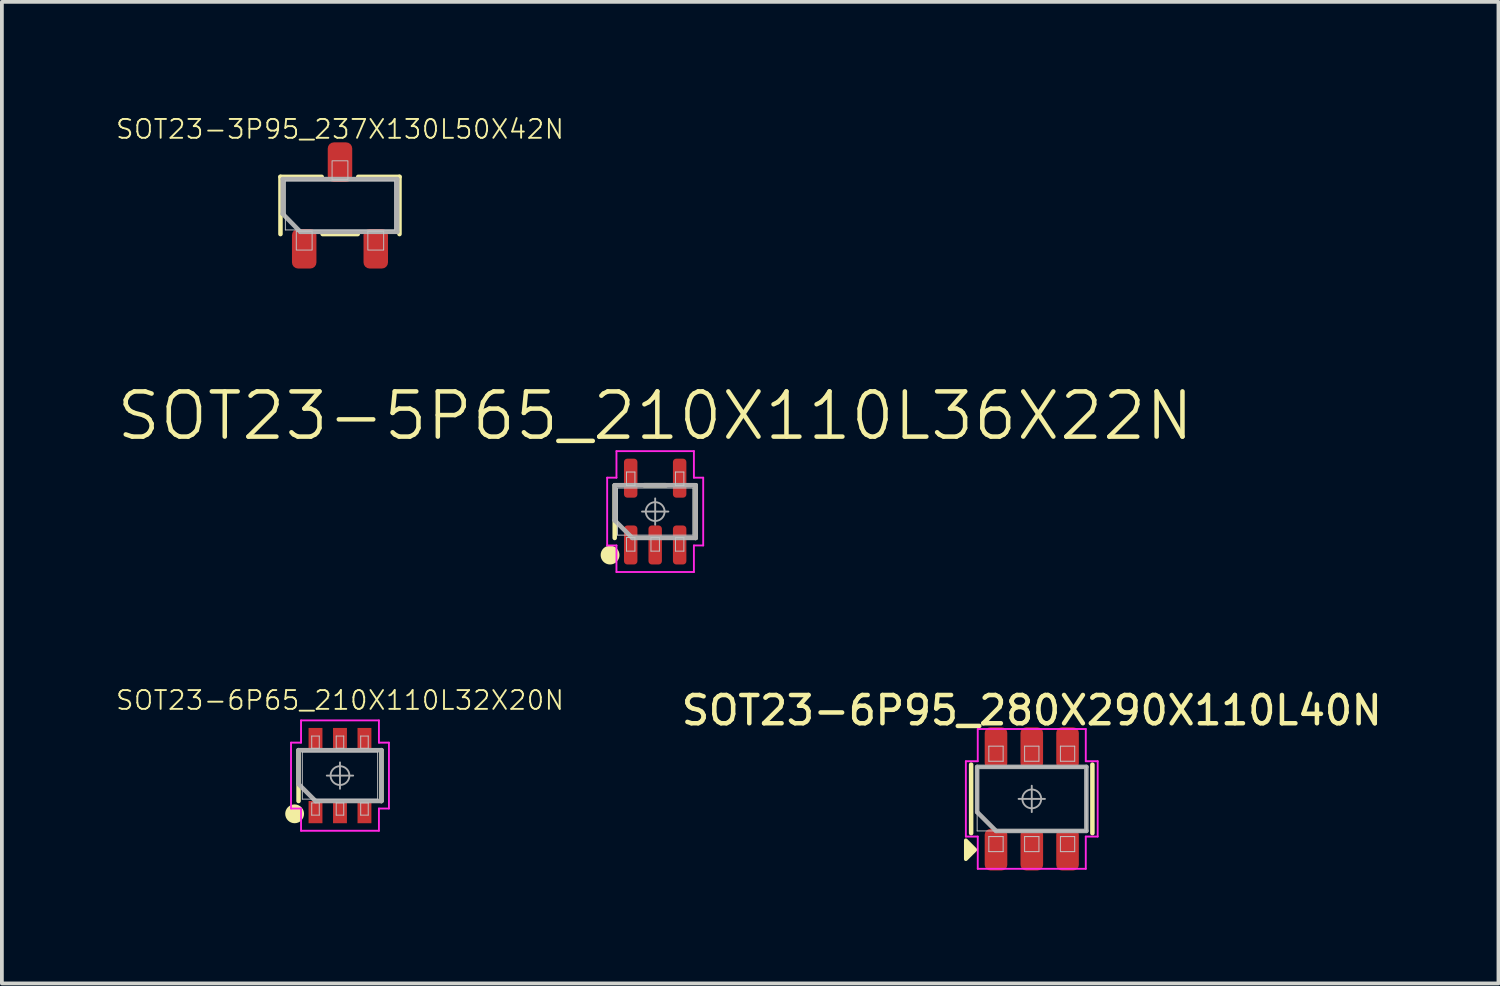
<source format=kicad_pcb>
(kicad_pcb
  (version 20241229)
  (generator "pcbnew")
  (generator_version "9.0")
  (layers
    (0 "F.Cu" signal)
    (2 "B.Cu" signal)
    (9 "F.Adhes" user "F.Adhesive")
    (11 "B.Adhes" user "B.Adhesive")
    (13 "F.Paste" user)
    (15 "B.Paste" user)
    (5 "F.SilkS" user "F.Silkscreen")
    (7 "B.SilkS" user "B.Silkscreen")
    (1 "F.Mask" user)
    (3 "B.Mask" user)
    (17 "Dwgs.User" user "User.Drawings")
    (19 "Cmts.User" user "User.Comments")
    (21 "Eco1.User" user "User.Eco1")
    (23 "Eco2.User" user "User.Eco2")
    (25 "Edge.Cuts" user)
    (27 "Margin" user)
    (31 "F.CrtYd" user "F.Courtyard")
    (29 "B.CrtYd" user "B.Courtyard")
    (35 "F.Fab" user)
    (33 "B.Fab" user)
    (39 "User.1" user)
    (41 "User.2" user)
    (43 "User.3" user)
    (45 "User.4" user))
  (footprint "SOT23-6P65_210X110L32X20N"
    (layer "F.Cu")
    (at 5.977 17.543)
    (property "Reference" "SOT23-6P65_210X110L32X20N" (at 0 -2 0) (layer "F.SilkS") (effects (font (size 0.5 0.5) (thickness 0.05))))
    (attr smd)
    (fp_line (start -1.1 0.675) (end -1.1 -0.675) (stroke (width 0.12) (type solid)) (layer "F.SilkS"))
    (fp_line (start 1.1 -0.675) (end 1.1 0.675) (stroke (width 0.12) (type solid)) (layer "F.SilkS"))
    (fp_circle (center -1.204 1.015) (end -1.204 1.14) (stroke (width 0.25) (type solid)) (fill no) (layer "F.SilkS"))
    (fp_line (start -1 -0.625) (end 1 -0.625) (stroke (width 0.025) (type solid)) (layer "Dwgs.User"))
    (fp_line (start -1 0.625) (end -1 -0.625) (stroke (width 0.025) (type solid)) (layer "Dwgs.User"))
    (fp_line (start -0.75 -1.05) (end -0.55 -1.05) (stroke (width 0.025) (type solid)) (layer "Dwgs.User"))
    (fp_line (start -0.75 -0.726) (end -0.75 -1.05) (stroke (width 0.025) (type solid)) (layer "Dwgs.User"))
    (fp_line (start -0.75 0.726) (end -0.55 0.726) (stroke (width 0.025) (type solid)) (layer "Dwgs.User"))
    (fp_line (start -0.75 1.05) (end -0.75 0.726) (stroke (width 0.025) (type solid)) (layer "Dwgs.User"))
    (fp_line (start -0.55 -1.05) (end -0.55 -0.726) (stroke (width 0.025) (type solid)) (layer "Dwgs.User"))
    (fp_line (start -0.55 -0.726) (end -0.75 -0.726) (stroke (width 0.025) (type solid)) (layer "Dwgs.User"))
    (fp_line (start -0.55 0.726) (end -0.55 1.05) (stroke (width 0.025) (type solid)) (layer "Dwgs.User"))
    (fp_line (start -0.55 1.05) (end -0.75 1.05) (stroke (width 0.025) (type solid)) (layer "Dwgs.User"))
    (fp_line (start -0.1 -1.05) (end 0.1 -1.05) (stroke (width 0.025) (type solid)) (layer "Dwgs.User"))
    (fp_line (start -0.1 -0.726) (end -0.1 -1.05) (stroke (width 0.025) (type solid)) (layer "Dwgs.User"))
    (fp_line (start -0.1 0.726) (end 0.1 0.726) (stroke (width 0.025) (type solid)) (layer "Dwgs.User"))
    (fp_line (start -0.1 1.05) (end -0.1 0.726) (stroke (width 0.025) (type solid)) (layer "Dwgs.User"))
    (fp_line (start 0.1 -1.05) (end 0.1 -0.726) (stroke (width 0.025) (type solid)) (layer "Dwgs.User"))
    (fp_line (start 0.1 -0.726) (end -0.1 -0.726) (stroke (width 0.025) (type solid)) (layer "Dwgs.User"))
    (fp_line (start 0.1 0.726) (end 0.1 1.05) (stroke (width 0.025) (type solid)) (layer "Dwgs.User"))
    (fp_line (start 0.1 1.05) (end -0.1 1.05) (stroke (width 0.025) (type solid)) (layer "Dwgs.User"))
    (fp_line (start 0.55 -1.05) (end 0.75 -1.05) (stroke (width 0.025) (type solid)) (layer "Dwgs.User"))
    (fp_line (start 0.55 -0.726) (end 0.55 -1.05) (stroke (width 0.025) (type solid)) (layer "Dwgs.User"))
    (fp_line (start 0.55 0.726) (end 0.75 0.726) (stroke (width 0.025) (type solid)) (layer "Dwgs.User"))
    (fp_line (start 0.55 1.05) (end 0.55 0.726) (stroke (width 0.025) (type solid)) (layer "Dwgs.User"))
    (fp_line (start 0.75 -1.05) (end 0.75 -0.726) (stroke (width 0.025) (type solid)) (layer "Dwgs.User"))
    (fp_line (start 0.75 -0.726) (end 0.55 -0.726) (stroke (width 0.025) (type solid)) (layer "Dwgs.User"))
    (fp_line (start 0.75 0.726) (end 0.75 1.05) (stroke (width 0.025) (type solid)) (layer "Dwgs.User"))
    (fp_line (start 0.75 1.05) (end 0.55 1.05) (stroke (width 0.025) (type solid)) (layer "Dwgs.User"))
    (fp_line (start 1 -0.625) (end 1 0.625) (stroke (width 0.025) (type solid)) (layer "Dwgs.User"))
    (fp_line (start 1 0.625) (end -1 0.625) (stroke (width 0.025) (type solid)) (layer "Dwgs.User"))
    (fp_line (start -1.3 -0.875) (end -1.3 0.875) (stroke (width 0.05) (type solid)) (layer "F.CrtYd"))
    (fp_line (start -1.3 0.875) (end -1.034 0.875) (stroke (width 0.05) (type solid)) (layer "F.CrtYd"))
    (fp_line (start -1.034 -1.465) (end -1.034 -0.875) (stroke (width 0.05) (type solid)) (layer "F.CrtYd"))
    (fp_line (start -1.034 -0.875) (end -1.3 -0.875) (stroke (width 0.05) (type solid)) (layer "F.CrtYd"))
    (fp_line (start -1.034 0.875) (end -1.034 1.465) (stroke (width 0.05) (type solid)) (layer "F.CrtYd"))
    (fp_line (start -1.034 1.465) (end 1.034 1.465) (stroke (width 0.05) (type solid)) (layer "F.CrtYd"))
    (fp_line (start 1.034 -1.465) (end -1.034 -1.465) (stroke (width 0.05) (type solid)) (layer "F.CrtYd"))
    (fp_line (start 1.034 -0.875) (end 1.034 -1.465) (stroke (width 0.05) (type solid)) (layer "F.CrtYd"))
    (fp_line (start 1.034 0.875) (end 1.3 0.875) (stroke (width 0.05) (type solid)) (layer "F.CrtYd"))
    (fp_line (start 1.034 1.465) (end 1.034 0.875) (stroke (width 0.05) (type solid)) (layer "F.CrtYd"))
    (fp_line (start 1.3 -0.875) (end 1.034 -0.875) (stroke (width 0.05) (type solid)) (layer "F.CrtYd"))
    (fp_line (start 1.3 0.875) (end 1.3 -0.875) (stroke (width 0.05) (type solid)) (layer "F.CrtYd"))
    (fp_line (start -1.1 -0.675) (end 1.1 -0.675) (stroke (width 0.12) (type solid)) (layer "F.Fab"))
    (fp_line (start -1.1 0.225) (end -1.1 -0.675) (stroke (width 0.12) (type solid)) (layer "F.Fab"))
    (fp_line (start -0.65 0.675) (end -1.1 0.225) (stroke (width 0.12) (type solid)) (layer "F.Fab"))
    (fp_line (start -0.35 0) (end 0.35 0) (stroke (width 0.05) (type solid)) (layer "F.Fab"))
    (fp_line (start 0 -0.35) (end 0 0.35) (stroke (width 0.05) (type solid)) (layer "F.Fab"))
    (fp_line (start 1.1 -0.675) (end 1.1 0.675) (stroke (width 0.12) (type solid)) (layer "F.Fab"))
    (fp_line (start 1.1 0.675) (end -0.65 0.675) (stroke (width 0.12) (type solid)) (layer "F.Fab"))
    (fp_circle (center 0 0) (end 0.25 0) (stroke (width 0.05) (type solid)) (fill no) (layer "F.Fab"))
    (pad "1" smd rect (at -0.65 0.97 90) (size 0.59 0.369) (layers "F.Cu" "F.Mask" "F.Paste"))
    (pad "2" smd rect (at 0 0.97 90) (size 0.59 0.369) (layers "F.Cu" "F.Mask" "F.Paste"))
    (pad "3" smd rect (at 0.65 0.97 90) (size 0.59 0.369) (layers "F.Cu" "F.Mask" "F.Paste"))
    (pad "4" smd rect (at 0.65 -0.97 90) (size 0.59 0.369) (layers "F.Cu" "F.Mask" "F.Paste"))
    (pad "5" smd rect (at 0 -0.97 90) (size 0.59 0.369) (layers "F.Cu" "F.Mask" "F.Paste"))
    (pad "6" smd rect (at -0.65 -0.97 90) (size 0.59 0.369) (layers "F.Cu" "F.Mask" "F.Paste")))
  (footprint "SOT23-6P95_280X290X110L40N"
    (layer "F.Cu")
    (at 24.345 18.162)
    (property "Reference" "SOT23-6P95_280X290X110L40N" (at 0 -2.35 0) (layer "F.SilkS") (effects (font (size 0.75 0.75) (thickness 0.12))))
    (attr smd)
    (fp_line (start -1.61 0.91) (end -1.61 -0.91) (stroke (width 0.12) (type solid)) (layer "F.SilkS"))
    (fp_line (start 1.61 -0.91) (end 1.61 0.91) (stroke (width 0.12) (type solid)) (layer "F.SilkS"))
    (fp_poly (pts (xy -1.5 1.35) (xy -1.75 1.6) (xy -1.75 1.1)) (stroke (width 0.1) (type solid)) (fill yes) (layer "F.SilkS"))
    (fp_line (start -1.45 -0.85) (end 1.45 -0.85) (stroke (width 0.025) (type solid)) (layer "Dwgs.User"))
    (fp_line (start -1.45 0.85) (end -1.45 -0.85) (stroke (width 0.025) (type solid)) (layer "Dwgs.User"))
    (fp_line (start -1.14 -1.4) (end -0.76 -1.4) (stroke (width 0.025) (type solid)) (layer "Dwgs.User"))
    (fp_line (start -1.14 -1) (end -1.14 -1.4) (stroke (width 0.025) (type solid)) (layer "Dwgs.User"))
    (fp_line (start -1.14 1) (end -0.76 1) (stroke (width 0.025) (type solid)) (layer "Dwgs.User"))
    (fp_line (start -1.14 1.4) (end -1.14 1) (stroke (width 0.025) (type solid)) (layer "Dwgs.User"))
    (fp_line (start -0.76 -1.4) (end -0.76 -1) (stroke (width 0.025) (type solid)) (layer "Dwgs.User"))
    (fp_line (start -0.76 -1) (end -1.14 -1) (stroke (width 0.025) (type solid)) (layer "Dwgs.User"))
    (fp_line (start -0.76 1) (end -0.76 1.4) (stroke (width 0.025) (type solid)) (layer "Dwgs.User"))
    (fp_line (start -0.76 1.4) (end -1.14 1.4) (stroke (width 0.025) (type solid)) (layer "Dwgs.User"))
    (fp_line (start -0.19 -1.4) (end 0.19 -1.4) (stroke (width 0.025) (type solid)) (layer "Dwgs.User"))
    (fp_line (start -0.19 -1) (end -0.19 -1.4) (stroke (width 0.025) (type solid)) (layer "Dwgs.User"))
    (fp_line (start -0.19 1) (end 0.19 1) (stroke (width 0.025) (type solid)) (layer "Dwgs.User"))
    (fp_line (start -0.19 1.4) (end -0.19 1) (stroke (width 0.025) (type solid)) (layer "Dwgs.User"))
    (fp_line (start 0.19 -1.4) (end 0.19 -1) (stroke (width 0.025) (type solid)) (layer "Dwgs.User"))
    (fp_line (start 0.19 -1) (end -0.19 -1) (stroke (width 0.025) (type solid)) (layer "Dwgs.User"))
    (fp_line (start 0.19 1) (end 0.19 1.4) (stroke (width 0.025) (type solid)) (layer "Dwgs.User"))
    (fp_line (start 0.19 1.4) (end -0.189 1.4) (stroke (width 0.025) (type solid)) (layer "Dwgs.User"))
    (fp_line (start 0.76 -1.4) (end 1.14 -1.4) (stroke (width 0.025) (type solid)) (layer "Dwgs.User"))
    (fp_line (start 0.76 -1) (end 0.76 -1.4) (stroke (width 0.025) (type solid)) (layer "Dwgs.User"))
    (fp_line (start 0.76 1) (end 1.14 1) (stroke (width 0.025) (type solid)) (layer "Dwgs.User"))
    (fp_line (start 0.76 1.4) (end 0.76 1) (stroke (width 0.025) (type solid)) (layer "Dwgs.User"))
    (fp_line (start 1.14 -1.4) (end 1.14 -1) (stroke (width 0.025) (type solid)) (layer "Dwgs.User"))
    (fp_line (start 1.14 -1) (end 0.76 -1) (stroke (width 0.025) (type solid)) (layer "Dwgs.User"))
    (fp_line (start 1.14 1) (end 1.14 1.4) (stroke (width 0.025) (type solid)) (layer "Dwgs.User"))
    (fp_line (start 1.14 1.4) (end 0.76 1.4) (stroke (width 0.025) (type solid)) (layer "Dwgs.User"))
    (fp_line (start 1.45 -0.85) (end 1.45 0.85) (stroke (width 0.025) (type solid)) (layer "Dwgs.User"))
    (fp_line (start 1.45 0.85) (end -1.45 0.85) (stroke (width 0.025) (type solid)) (layer "Dwgs.User"))
    (fp_line (start -1.75 -1) (end -1.75 1) (stroke (width 0.05) (type solid)) (layer "F.CrtYd"))
    (fp_line (start -1.75 1) (end -1.434 1) (stroke (width 0.05) (type solid)) (layer "F.CrtYd"))
    (fp_line (start -1.437 -1) (end -1.75 -1) (stroke (width 0.05) (type solid)) (layer "F.CrtYd"))
    (fp_line (start -1.434 -1.856) (end -1.434 -1) (stroke (width 0.05) (type solid)) (layer "F.CrtYd"))
    (fp_line (start -1.434 1) (end -1.434 1.856) (stroke (width 0.05) (type solid)) (layer "F.CrtYd"))
    (fp_line (start -1.434 1.856) (end 1.434 1.856) (stroke (width 0.05) (type solid)) (layer "F.CrtYd"))
    (fp_line (start 1.434 -1.856) (end -1.434 -1.856) (stroke (width 0.05) (type solid)) (layer "F.CrtYd"))
    (fp_line (start 1.434 -1) (end 1.434 -1.856) (stroke (width 0.05) (type solid)) (layer "F.CrtYd"))
    (fp_line (start 1.434 1) (end 1.75 1) (stroke (width 0.05) (type solid)) (layer "F.CrtYd"))
    (fp_line (start 1.434 1.856) (end 1.434 1) (stroke (width 0.05) (type solid)) (layer "F.CrtYd"))
    (fp_line (start 1.75 -1) (end 1.434 -1) (stroke (width 0.05) (type solid)) (layer "F.CrtYd"))
    (fp_line (start 1.75 1) (end 1.75 -1) (stroke (width 0.05) (type solid)) (layer "F.CrtYd"))
    (fp_line (start -1.45 -0.85) (end 1.45 -0.85) (stroke (width 0.12) (type solid)) (layer "F.Fab"))
    (fp_line (start -1.45 0.35) (end -1.45 -0.85) (stroke (width 0.12) (type solid)) (layer "F.Fab"))
    (fp_line (start -0.95 0.85) (end -1.45 0.35) (stroke (width 0.12) (type solid)) (layer "F.Fab"))
    (fp_line (start -0.35 0) (end 0.35 0) (stroke (width 0.05) (type solid)) (layer "F.Fab"))
    (fp_line (start 0 -0.35) (end 0 0.35) (stroke (width 0.05) (type solid)) (layer "F.Fab"))
    (fp_line (start 1.45 -0.85) (end 1.45 0.85) (stroke (width 0.12) (type solid)) (layer "F.Fab"))
    (fp_line (start 1.45 0.85) (end -0.95 0.85) (stroke (width 0.12) (type solid)) (layer "F.Fab"))
    (fp_circle (center 0 0) (end 0.25 0) (stroke (width 0.05) (type solid)) (fill no) (layer "F.Fab"))
    (pad "1" smd roundrect (at -0.95 1.35 90) (size 1.1 0.6) (layers "F.Cu" "F.Mask" "F.Paste") (roundrect_rratio 0.25))
    (pad "2" smd roundrect (at 0.001 1.35 90) (size 1.1 0.6) (layers "F.Cu" "F.Mask" "F.Paste") (roundrect_rratio 0.25))
    (pad "3" smd roundrect (at 0.95 1.35 90) (size 1.1 0.6) (layers "F.Cu" "F.Mask" "F.Paste") (roundrect_rratio 0.25))
    (pad "4" smd roundrect (at 0.95 -1.35 90) (size 1.1 0.6) (layers "F.Cu" "F.Mask" "F.Paste") (roundrect_rratio 0.25))
    (pad "5" smd roundrect (at 0 -1.35 90) (size 1.1 0.6) (layers "F.Cu" "F.Mask" "F.Paste") (roundrect_rratio 0.25))
    (pad "6" smd roundrect (at -0.95 -1.35 90) (size 1.1 0.6) (layers "F.Cu" "F.Mask" "F.Paste") (roundrect_rratio 0.25)))
  (footprint "SOT23-3P95_237X130L50X42N"
    (layer "F.Cu")
    (at 5.977 2.405)
    (property "Reference" "SOT23-3P95_237X130L50X42N" (at 0 -2.025 0) (unlocked yes) (layer "F.SilkS") (effects (font (size 0.5 0.5) (thickness 0.05))))
    (attr smd)
    (fp_line (start -1.58 -0.76) (end -0.485 -0.76) (stroke (width 0.12) (type solid)) (layer "F.SilkS"))
    (fp_line (start -1.58 0.76) (end -1.58 -0.76) (stroke (width 0.12) (type solid)) (layer "F.SilkS"))
    (fp_line (start 0.471 0.76) (end -0.461 0.76) (stroke (width 0.12) (type solid)) (layer "F.SilkS"))
    (fp_line (start 0.485 -0.76) (end 1.58 -0.76) (stroke (width 0.12) (type solid)) (layer "F.SilkS"))
    (fp_line (start 1.58 -0.76) (end 1.58 0.76) (stroke (width 0.12) (type solid)) (layer "F.SilkS"))
    (fp_line (start -1.45 -0.65) (end 1.45 -0.65) (stroke (width 0.025) (type default)) (layer "Dwgs.User"))
    (fp_line (start -1.45 0.65) (end -1.45 -0.65) (stroke (width 0.025) (type default)) (layer "Dwgs.User"))
    (fp_line (start 1.45 0.65) (end -1.45 0.65) (stroke (width 0.025) (type default)) (layer "Dwgs.User"))
    (fp_line (start 1.45 0.65) (end 1.45 -0.65) (stroke (width 0.025) (type default)) (layer "Dwgs.User"))
    (fp_rect (start -1.16 0.685) (end -0.74 1.185) (stroke (width 0.025) (type default)) (fill no) (layer "Dwgs.User"))
    (fp_rect (start -0.21 -1.185) (end 0.21 -0.685) (stroke (width 0.025) (type default)) (fill no) (layer "Dwgs.User"))
    (fp_rect (start 0.74 0.685) (end 1.16 1.185) (stroke (width 0.025) (type default)) (fill no) (layer "Dwgs.User"))
    (fp_line (start -1.52 -0.7) (end 1.52 -0.7) (stroke (width 0.12) (type solid)) (layer "F.Fab"))
    (fp_line (start -1.52 0.223) (end -1.52 -0.7) (stroke (width 0.12) (type solid)) (layer "F.Fab"))
    (fp_line (start -1.053 0.7) (end -1.52 0.223) (stroke (width 0.12) (type solid)) (layer "F.Fab"))
    (fp_line (start 1.52 -0.7) (end 1.52 0.7) (stroke (width 0.12) (type solid)) (layer "F.Fab"))
    (fp_line (start 1.52 0.7) (end -1.053 0.7) (stroke (width 0.12) (type solid)) (layer "F.Fab"))
    (pad "1" smd roundrect (at -0.95 1.15) (size 0.65 1.05) (layers "F.Cu" "F.Mask" "F.Paste") (roundrect_rratio 0.25))
    (pad "2" smd roundrect (at 0.95 1.15) (size 0.65 1.05) (layers "F.Cu" "F.Mask" "F.Paste") (roundrect_rratio 0.25))
    (pad "3" smd roundrect (at 0 -1.15) (size 0.65 1.05) (layers "F.Cu" "F.Mask" "F.Paste") (roundrect_rratio 0.25)))
  (footprint "SOT23-5P65_210X110L36X22N"
    (layer "F.Cu")
    (at 14.346 10.533)
    (property "Reference" "SOT23-5P65_210X110L36X22N" (at 0 -2.54 0) (layer "F.SilkS") (effects (font (size 1.2 1.2) (thickness 0.12))))
    (attr smd)
    (fp_line (start -1.075 0.7) (end -1.075 -0.7) (stroke (width 0.12) (type solid)) (layer "F.SilkS"))
    (fp_line (start 0.292 -0.7) (end -0.292 -0.7) (stroke (width 0.12) (type solid)) (layer "F.SilkS"))
    (fp_line (start 1.075 -0.7) (end 1.075 0.7) (stroke (width 0.12) (type solid)) (layer "F.SilkS"))
    (fp_circle (center -1.198 1.155) (end -1.198 1.28) (stroke (width 0.25) (type solid)) (fill no) (layer "F.SilkS"))
    (fp_line (start -1 -0.625) (end 1 -0.625) (stroke (width 0.025) (type solid)) (layer "Dwgs.User"))
    (fp_line (start -1 0.625) (end -1 -0.625) (stroke (width 0.025) (type solid)) (layer "Dwgs.User"))
    (fp_line (start -0.762 -1.05) (end -0.538 -1.05) (stroke (width 0.025) (type solid)) (layer "Dwgs.User"))
    (fp_line (start -0.762 -0.69) (end -0.762 -1.05) (stroke (width 0.025) (type solid)) (layer "Dwgs.User"))
    (fp_line (start -0.762 0.69) (end -0.538 0.69) (stroke (width 0.025) (type solid)) (layer "Dwgs.User"))
    (fp_line (start -0.762 1.05) (end -0.762 0.69) (stroke (width 0.025) (type solid)) (layer "Dwgs.User"))
    (fp_line (start -0.538 -1.05) (end -0.538 -0.69) (stroke (width 0.025) (type solid)) (layer "Dwgs.User"))
    (fp_line (start -0.538 -0.69) (end -0.762 -0.69) (stroke (width 0.025) (type solid)) (layer "Dwgs.User"))
    (fp_line (start -0.538 0.69) (end -0.538 1.05) (stroke (width 0.025) (type solid)) (layer "Dwgs.User"))
    (fp_line (start -0.538 1.05) (end -0.762 1.05) (stroke (width 0.025) (type solid)) (layer "Dwgs.User"))
    (fp_line (start -0.112 0.69) (end 0.112 0.69) (stroke (width 0.025) (type solid)) (layer "Dwgs.User"))
    (fp_line (start -0.112 1.05) (end -0.112 0.69) (stroke (width 0.025) (type solid)) (layer "Dwgs.User"))
    (fp_line (start 0.112 0.69) (end 0.112 1.05) (stroke (width 0.025) (type solid)) (layer "Dwgs.User"))
    (fp_line (start 0.112 1.05) (end -0.112 1.05) (stroke (width 0.025) (type solid)) (layer "Dwgs.User"))
    (fp_line (start 0.538 -1.05) (end 0.762 -1.05) (stroke (width 0.025) (type solid)) (layer "Dwgs.User"))
    (fp_line (start 0.538 -0.69) (end 0.538 -1.05) (stroke (width 0.025) (type solid)) (layer "Dwgs.User"))
    (fp_line (start 0.538 0.69) (end 0.762 0.69) (stroke (width 0.025) (type solid)) (layer "Dwgs.User"))
    (fp_line (start 0.538 1.05) (end 0.538 0.69) (stroke (width 0.025) (type solid)) (layer "Dwgs.User"))
    (fp_line (start 0.762 -1.05) (end 0.762 -0.69) (stroke (width 0.025) (type solid)) (layer "Dwgs.User"))
    (fp_line (start 0.762 -0.69) (end 0.538 -0.69) (stroke (width 0.025) (type solid)) (layer "Dwgs.User"))
    (fp_line (start 0.762 0.69) (end 0.762 1.05) (stroke (width 0.025) (type solid)) (layer "Dwgs.User"))
    (fp_line (start 0.762 1.05) (end 0.538 1.05) (stroke (width 0.025) (type solid)) (layer "Dwgs.User"))
    (fp_line (start 1 -0.625) (end 1 0.625) (stroke (width 0.025) (type solid)) (layer "Dwgs.User"))
    (fp_line (start 1 0.625) (end -1 0.625) (stroke (width 0.025) (type solid)) (layer "Dwgs.User"))
    (fp_line (start -1.275 -0.9) (end -1.275 0.9) (stroke (width 0.05) (type solid)) (layer "F.CrtYd"))
    (fp_line (start -1.275 0.9) (end -1.028 0.9) (stroke (width 0.05) (type solid)) (layer "F.CrtYd"))
    (fp_line (start -1.028 -1.605) (end -1.028 -0.9) (stroke (width 0.05) (type solid)) (layer "F.CrtYd"))
    (fp_line (start -1.028 -0.9) (end -1.275 -0.9) (stroke (width 0.05) (type solid)) (layer "F.CrtYd"))
    (fp_line (start -1.028 0.9) (end -1.028 1.605) (stroke (width 0.05) (type solid)) (layer "F.CrtYd"))
    (fp_line (start -1.028 1.605) (end 1.028 1.605) (stroke (width 0.05) (type solid)) (layer "F.CrtYd"))
    (fp_line (start 1.028 -1.605) (end -1.028 -1.605) (stroke (width 0.05) (type solid)) (layer "F.CrtYd"))
    (fp_line (start 1.028 -0.9) (end 1.028 -1.605) (stroke (width 0.05) (type solid)) (layer "F.CrtYd"))
    (fp_line (start 1.028 0.9) (end 1.275 0.9) (stroke (width 0.05) (type solid)) (layer "F.CrtYd"))
    (fp_line (start 1.028 1.605) (end 1.028 0.9) (stroke (width 0.05) (type solid)) (layer "F.CrtYd"))
    (fp_line (start 1.275 -0.9) (end 1.028 -0.9) (stroke (width 0.05) (type solid)) (layer "F.CrtYd"))
    (fp_line (start 1.275 0.9) (end 1.275 -0.9) (stroke (width 0.05) (type solid)) (layer "F.CrtYd"))
    (fp_line (start -1.075 -0.7) (end 1.075 -0.7) (stroke (width 0.12) (type solid)) (layer "F.Fab"))
    (fp_line (start -1.075 0.233) (end -1.075 -0.7) (stroke (width 0.12) (type solid)) (layer "F.Fab"))
    (fp_line (start -0.608 0.7) (end -1.075 0.233) (stroke (width 0.12) (type solid)) (layer "F.Fab"))
    (fp_line (start -0.35 0) (end 0.35 0) (stroke (width 0.05) (type solid)) (layer "F.Fab"))
    (fp_line (start 0 -0.35) (end 0 0.35) (stroke (width 0.05) (type solid)) (layer "F.Fab"))
    (fp_line (start 1.075 -0.7) (end 1.075 0.7) (stroke (width 0.12) (type solid)) (layer "F.Fab"))
    (fp_line (start 1.075 0.7) (end -0.608 0.7) (stroke (width 0.12) (type solid)) (layer "F.Fab"))
    (fp_circle (center 0 0) (end 0.25 0) (stroke (width 0.05) (type solid)) (fill no) (layer "F.Fab"))
    (pad "1" smd roundrect (at -0.65 0.887 90) (size 1.036 0.357) (layers "F.Cu" "F.Mask" "F.Paste") (roundrect_rratio 0.25))
    (pad "2" smd roundrect (at 0 0.887 90) (size 1.036 0.357) (layers "F.Cu" "F.Mask" "F.Paste") (roundrect_rratio 0.25))
    (pad "3" smd roundrect (at 0.65 0.887 90) (size 1.036 0.357) (layers "F.Cu" "F.Mask" "F.Paste") (roundrect_rratio 0.25))
    (pad "4" smd roundrect (at 0.65 -0.887 90) (size 1.036 0.357) (layers "F.Cu" "F.Mask" "F.Paste") (roundrect_rratio 0.25))
    (pad "5" smd roundrect (at -0.65 -0.887 90) (size 1.036 0.357) (layers "F.Cu" "F.Mask" "F.Paste") (roundrect_rratio 0.25)))
  (gr_rect
    (start -3 -3)
    (end 36.736 23.062)
    (stroke (width 0.1) (type default))
    (fill no)
    (layer "Edge.Cuts")))
</source>
